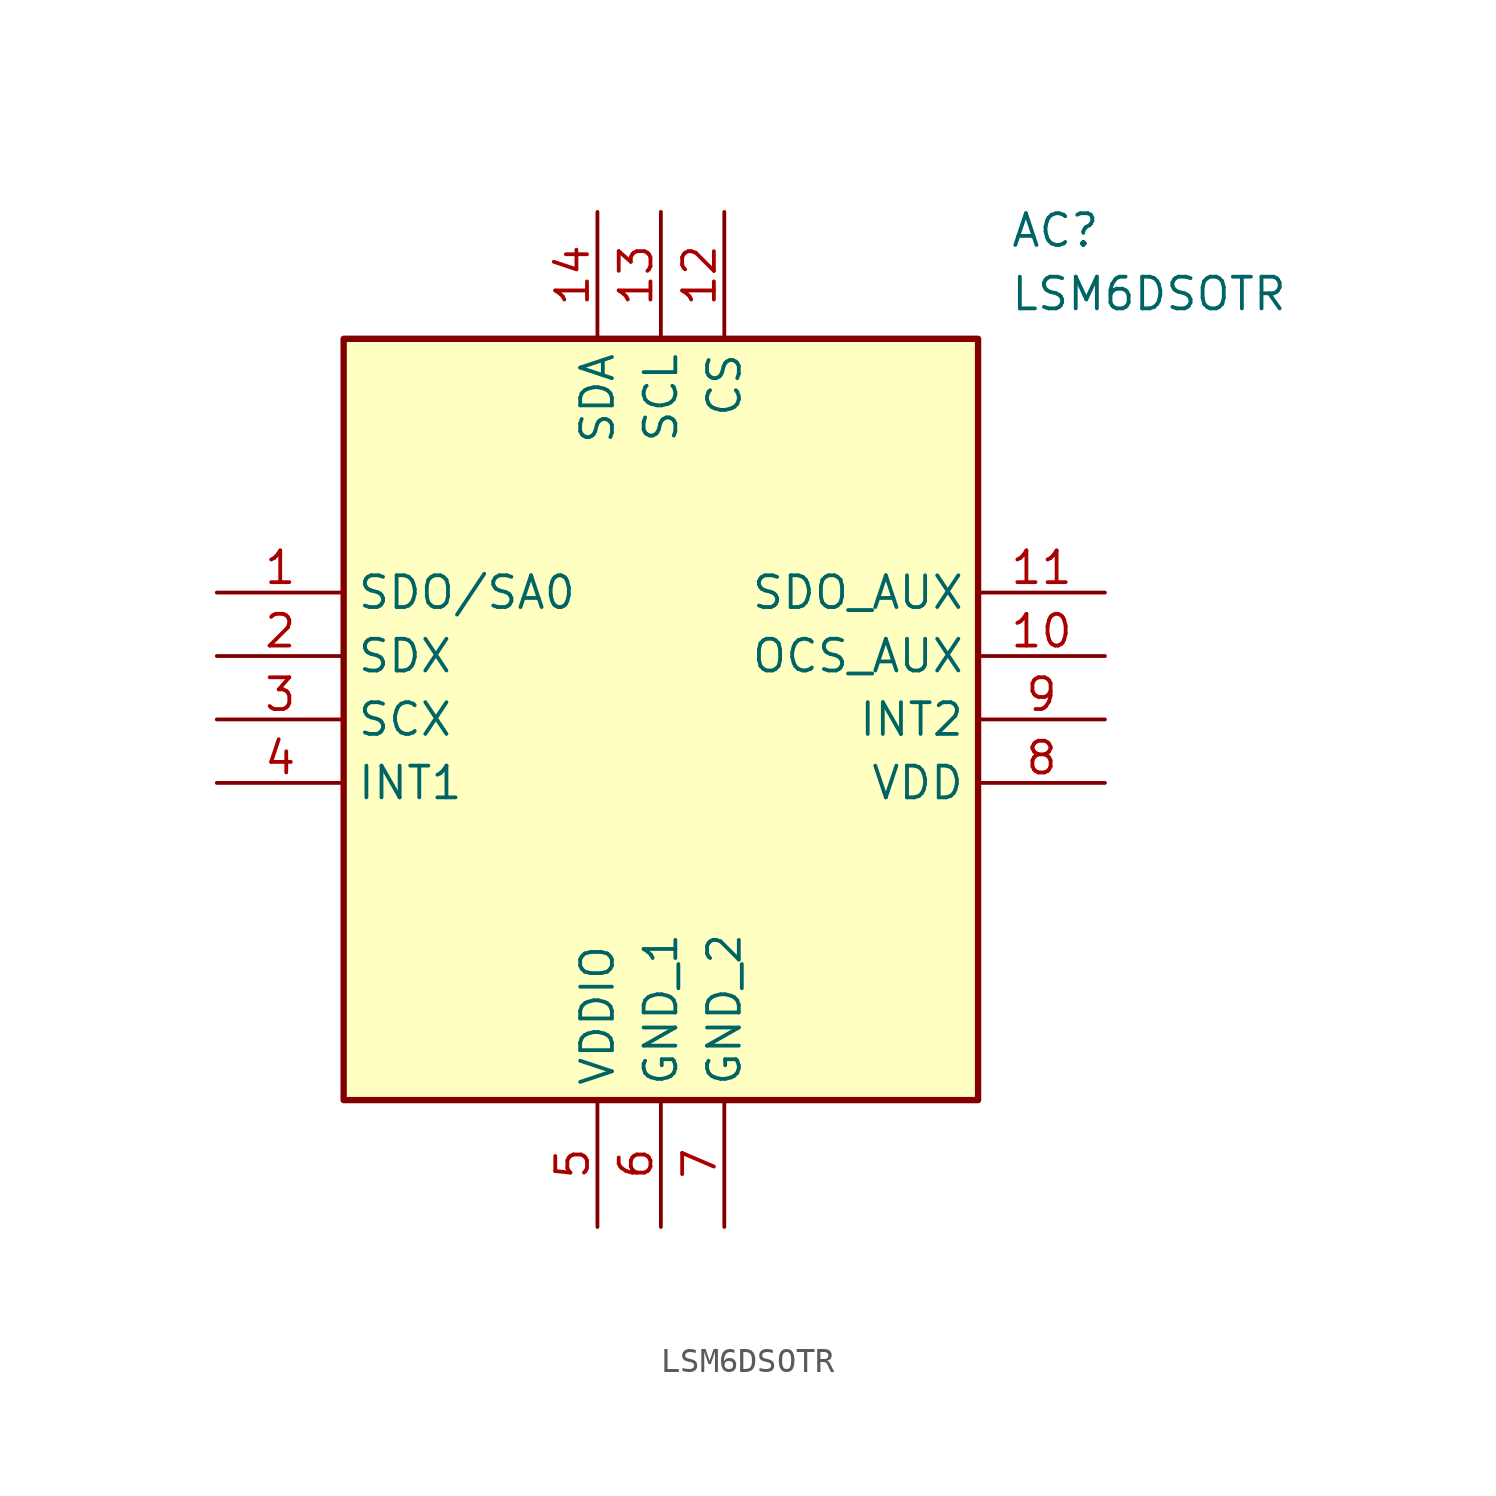
<source format=kicad_sym>
(kicad_symbol_lib
  (version 20211014)
  (generator SamacSys_ECAD_Model)
  (symbol "LSM6DSOTR"
    (property "Reference" "AC"
      (at 31.75 15.24 0)
      (effects (font (size 1.27 1.27)) (justify left top)))
    (property "Value" "LSM6DSOTR"
      (at 31.75 12.7 0)
      (effects (font (size 1.27 1.27)) (justify left top)))
    (rectangle
      (start 5.08 10.16)
      (end 30.48 -20.32)
      (stroke (width 0.254) (type default))
      (fill (type background)))
    (pin passive line
      (at 0 0 0)
      (length 5.08)
      (name "SDO/SA0" (effects (font (size 1.27 1.27))))
      (number "1" (effects (font (size 1.27 1.27)))))
    (pin passive line
      (at 0 -2.54 0)
      (length 5.08)
      (name "SDX" (effects (font (size 1.27 1.27))))
      (number "2" (effects (font (size 1.27 1.27)))))
    (pin passive line
      (at 0 -5.08 0)
      (length 5.08)
      (name "SCX" (effects (font (size 1.27 1.27))))
      (number "3" (effects (font (size 1.27 1.27)))))
    (pin passive line
      (at 0 -7.62 0)
      (length 5.08)
      (name "INT1" (effects (font (size 1.27 1.27))))
      (number "4" (effects (font (size 1.27 1.27)))))
    (pin passive line
      (at 15.24 -25.4 90)
      (length 5.08)
      (name "VDDIO" (effects (font (size 1.27 1.27))))
      (number "5" (effects (font (size 1.27 1.27)))))
    (pin passive line
      (at 17.78 -25.4 90)
      (length 5.08)
      (name "GND_1" (effects (font (size 1.27 1.27))))
      (number "6" (effects (font (size 1.27 1.27)))))
    (pin passive line
      (at 20.32 -25.4 90)
      (length 5.08)
      (name "GND_2" (effects (font (size 1.27 1.27))))
      (number "7" (effects (font (size 1.27 1.27)))))
    (pin passive line
      (at 35.56 -7.62 180)
      (length 5.08)
      (name "VDD" (effects (font (size 1.27 1.27))))
      (number "8" (effects (font (size 1.27 1.27)))))
    (pin passive line
      (at 35.56 -5.08 180)
      (length 5.08)
      (name "INT2" (effects (font (size 1.27 1.27))))
      (number "9" (effects (font (size 1.27 1.27)))))
    (pin passive line
      (at 35.56 -2.54 180)
      (length 5.08)
      (name "OCS_AUX" (effects (font (size 1.27 1.27))))
      (number "10" (effects (font (size 1.27 1.27)))))
    (pin passive line
      (at 35.56 0 180)
      (length 5.08)
      (name "SDO_AUX" (effects (font (size 1.27 1.27))))
      (number "11" (effects (font (size 1.27 1.27)))))
    (pin passive line
      (at 20.32 15.24 270)
      (length 5.08)
      (name "CS" (effects (font (size 1.27 1.27))))
      (number "12" (effects (font (size 1.27 1.27)))))
    (pin passive line
      (at 17.78 15.24 270)
      (length 5.08)
      (name "SCL" (effects (font (size 1.27 1.27))))
      (number "13" (effects (font (size 1.27 1.27)))))
    (pin passive line
      (at 15.24 15.24 270)
      (length 5.08)
      (name "SDA" (effects (font (size 1.27 1.27))))
      (number "14" (effects (font (size 1.27 1.27)))))))
</source>
